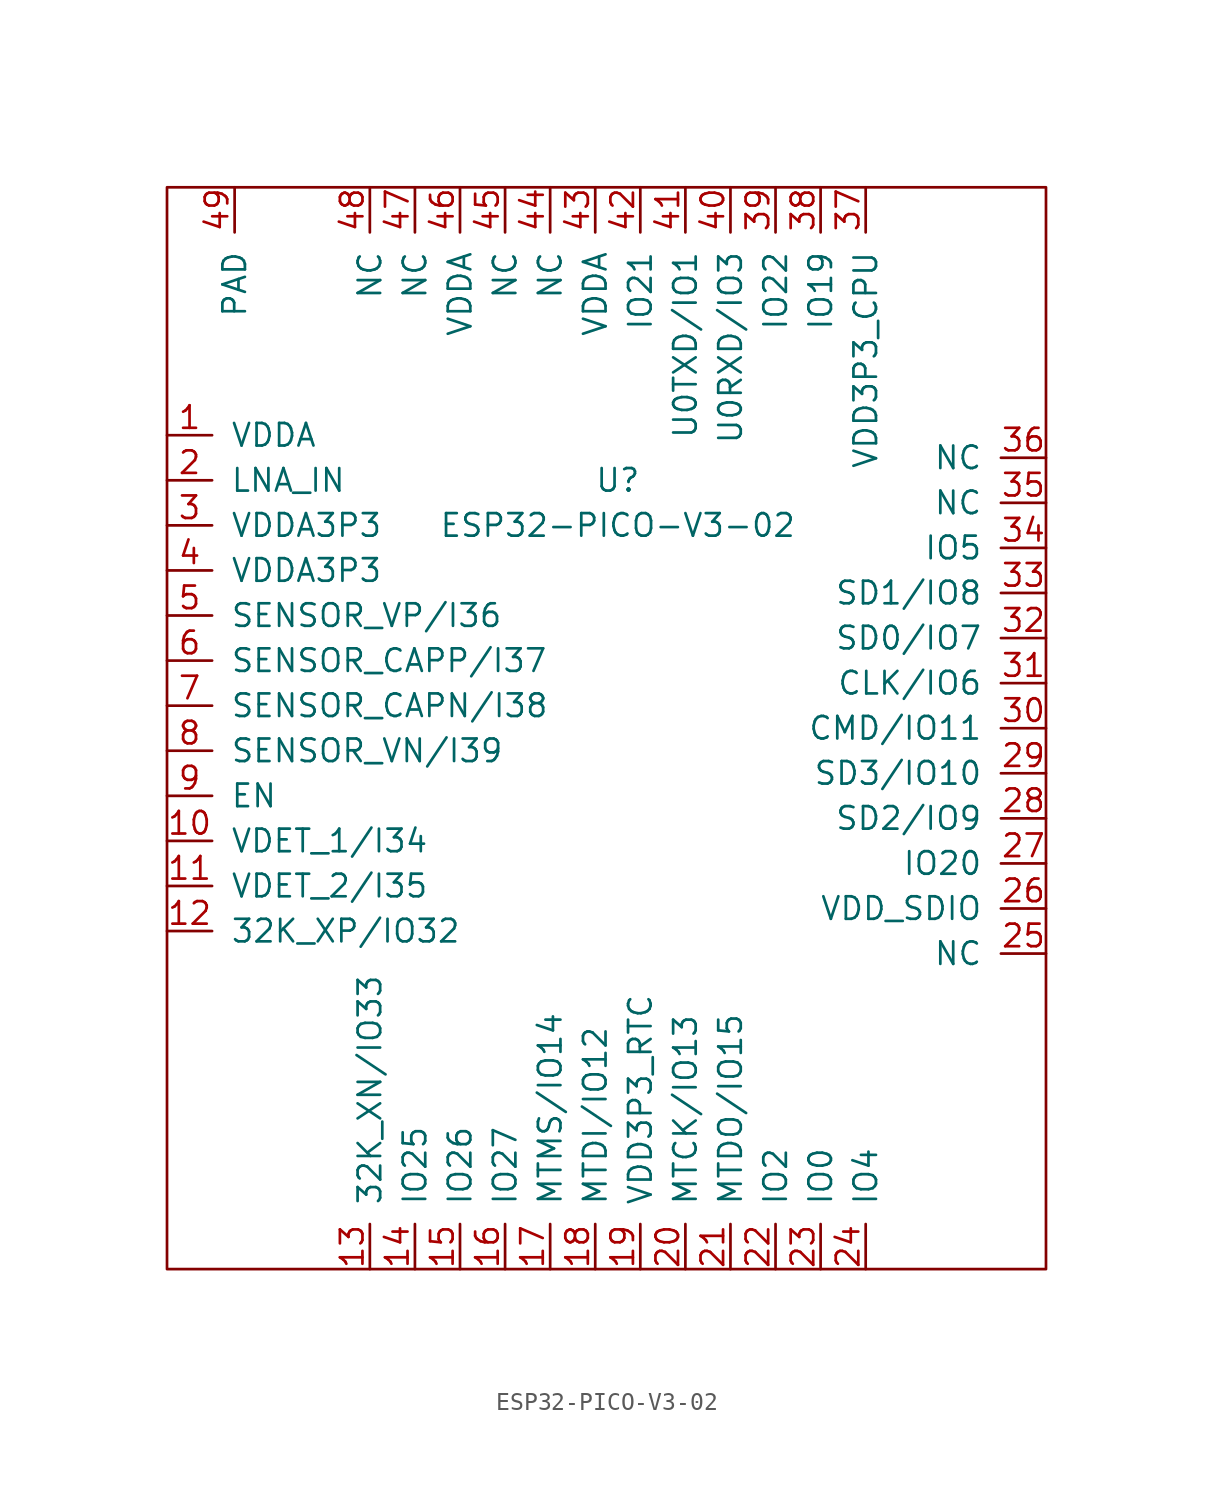
<source format=kicad_sym>
(kicad_symbol_lib
  (version 20211014)
  (generator kicad_symbol_editor)
  (symbol "ESP32-PICO-V3-02"
    (pin_names
      (offset 1.016))
    (property "Reference" "U"
      (at -1.27 0 0)
      (effects (font (size 1.27 1.27))))
    (property "Value" "ESP32-PICO-V3-02"
      (at -1.27 -2.54 0)
      (effects (font (size 1.27 1.27))))
    (symbol "ESP32-PICO-V3-02_0_1"
      (rectangle (start -26.67 16.51) (end 22.86 -44.45) (stroke (width 0) (type default) (color 0 0 0 0)) (fill (type none))))
    (symbol "ESP32-PICO-V3-02_1_1"
      (pin input line (at -26.67 2.54 0) (length 2.54) (name "VDDA" (effects (font (size 1.27 1.27)))) (number "1" (effects (font (size 1.27 1.27)))))
      (pin input line (at -26.67 -20.32 0) (length 2.54) (name "VDET_1/I34" (effects (font (size 1.27 1.27)))) (number "10" (effects (font (size 1.27 1.27)))))
      (pin input line (at -26.67 -22.86 0) (length 2.54) (name "VDET_2/I35" (effects (font (size 1.27 1.27)))) (number "11" (effects (font (size 1.27 1.27)))))
      (pin input line (at -26.67 -25.4 0) (length 2.54) (name "32K_XP/IO32" (effects (font (size 1.27 1.27)))) (number "12" (effects (font (size 1.27 1.27)))))
      (pin input line (at -15.24 -44.45 90) (length 2.54) (name "32K_XN/IO33" (effects (font (size 1.27 1.27)))) (number "13" (effects (font (size 1.27 1.27)))))
      (pin input line (at -12.7 -44.45 90) (length 2.54) (name "IO25" (effects (font (size 1.27 1.27)))) (number "14" (effects (font (size 1.27 1.27)))))
      (pin input line (at -10.16 -44.45 90) (length 2.54) (name "IO26" (effects (font (size 1.27 1.27)))) (number "15" (effects (font (size 1.27 1.27)))))
      (pin input line (at -7.62 -44.45 90) (length 2.54) (name "IO27" (effects (font (size 1.27 1.27)))) (number "16" (effects (font (size 1.27 1.27)))))
      (pin input line (at -5.08 -44.45 90) (length 2.54) (name "MTMS/IO14" (effects (font (size 1.27 1.27)))) (number "17" (effects (font (size 1.27 1.27)))))
      (pin input line (at -2.54 -44.45 90) (length 2.54) (name "MTDI/IO12" (effects (font (size 1.27 1.27)))) (number "18" (effects (font (size 1.27 1.27)))))
      (pin input line (at 0 -44.45 90) (length 2.54) (name "VDD3P3_RTC" (effects (font (size 1.27 1.27)))) (number "19" (effects (font (size 1.27 1.27)))))
      (pin input line (at -26.67 0 0) (length 2.54) (name "LNA_IN" (effects (font (size 1.27 1.27)))) (number "2" (effects (font (size 1.27 1.27)))))
      (pin input line (at 2.54 -44.45 90) (length 2.54) (name "MTCK/IO13" (effects (font (size 1.27 1.27)))) (number "20" (effects (font (size 1.27 1.27)))))
      (pin input line (at 5.08 -44.45 90) (length 2.54) (name "MTDO/IO15" (effects (font (size 1.27 1.27)))) (number "21" (effects (font (size 1.27 1.27)))))
      (pin input line (at 7.62 -44.45 90) (length 2.54) (name "IO2" (effects (font (size 1.27 1.27)))) (number "22" (effects (font (size 1.27 1.27)))))
      (pin input line (at 10.16 -44.45 90) (length 2.54) (name "IO0" (effects (font (size 1.27 1.27)))) (number "23" (effects (font (size 1.27 1.27)))))
      (pin input line (at 12.7 -44.45 90) (length 2.54) (name "IO4" (effects (font (size 1.27 1.27)))) (number "24" (effects (font (size 1.27 1.27)))))
      (pin input line (at 22.86 -26.67 180) (length 2.54) (name "NC" (effects (font (size 1.27 1.27)))) (number "25" (effects (font (size 1.27 1.27)))))
      (pin input line (at 22.86 -24.13 180) (length 2.54) (name "VDD_SDIO" (effects (font (size 1.27 1.27)))) (number "26" (effects (font (size 1.27 1.27)))))
      (pin input line (at 22.86 -21.59 180) (length 2.54) (name "IO20" (effects (font (size 1.27 1.27)))) (number "27" (effects (font (size 1.27 1.27)))))
      (pin input line (at 22.86 -19.05 180) (length 2.54) (name "SD2/IO9" (effects (font (size 1.27 1.27)))) (number "28" (effects (font (size 1.27 1.27)))))
      (pin input line (at 22.86 -16.51 180) (length 2.54) (name "SD3/IO10" (effects (font (size 1.27 1.27)))) (number "29" (effects (font (size 1.27 1.27)))))
      (pin input line (at -26.67 -2.54 0) (length 2.54) (name "VDDA3P3" (effects (font (size 1.27 1.27)))) (number "3" (effects (font (size 1.27 1.27)))))
      (pin input line (at 22.86 -13.97 180) (length 2.54) (name "CMD/IO11" (effects (font (size 1.27 1.27)))) (number "30" (effects (font (size 1.27 1.27)))))
      (pin input line (at 22.86 -11.43 180) (length 2.54) (name "CLK/IO6" (effects (font (size 1.27 1.27)))) (number "31" (effects (font (size 1.27 1.27)))))
      (pin input line (at 22.86 -8.89 180) (length 2.54) (name "SD0/IO7" (effects (font (size 1.27 1.27)))) (number "32" (effects (font (size 1.27 1.27)))))
      (pin input line (at 22.86 -6.35 180) (length 2.54) (name "SD1/IO8" (effects (font (size 1.27 1.27)))) (number "33" (effects (font (size 1.27 1.27)))))
      (pin input line (at 22.86 -3.81 180) (length 2.54) (name "IO5" (effects (font (size 1.27 1.27)))) (number "34" (effects (font (size 1.27 1.27)))))
      (pin input line (at 22.86 -1.27 180) (length 2.54) (name "NC" (effects (font (size 1.27 1.27)))) (number "35" (effects (font (size 1.27 1.27)))))
      (pin input line (at 22.86 1.27 180) (length 2.54) (name "NC" (effects (font (size 1.27 1.27)))) (number "36" (effects (font (size 1.27 1.27)))))
      (pin input line (at 12.7 16.51 270) (length 2.54) (name "VDD3P3_CPU" (effects (font (size 1.27 1.27)))) (number "37" (effects (font (size 1.27 1.27)))))
      (pin input line (at 10.16 16.51 270) (length 2.54) (name "IO19" (effects (font (size 1.27 1.27)))) (number "38" (effects (font (size 1.27 1.27)))))
      (pin input line (at 7.62 16.51 270) (length 2.54) (name "IO22" (effects (font (size 1.27 1.27)))) (number "39" (effects (font (size 1.27 1.27)))))
      (pin input line (at -26.67 -5.08 0) (length 2.54) (name "VDDA3P3" (effects (font (size 1.27 1.27)))) (number "4" (effects (font (size 1.27 1.27)))))
      (pin input line (at 5.08 16.51 270) (length 2.54) (name "U0RXD/IO3" (effects (font (size 1.27 1.27)))) (number "40" (effects (font (size 1.27 1.27)))))
      (pin input line (at 2.54 16.51 270) (length 2.54) (name "U0TXD/IO1" (effects (font (size 1.27 1.27)))) (number "41" (effects (font (size 1.27 1.27)))))
      (pin input line (at 0 16.51 270) (length 2.54) (name "IO21" (effects (font (size 1.27 1.27)))) (number "42" (effects (font (size 1.27 1.27)))))
      (pin input line (at -2.54 16.51 270) (length 2.54) (name "VDDA" (effects (font (size 1.27 1.27)))) (number "43" (effects (font (size 1.27 1.27)))))
      (pin input line (at -5.08 16.51 270) (length 2.54) (name "NC" (effects (font (size 1.27 1.27)))) (number "44" (effects (font (size 1.27 1.27)))))
      (pin input line (at -7.62 16.51 270) (length 2.54) (name "NC" (effects (font (size 1.27 1.27)))) (number "45" (effects (font (size 1.27 1.27)))))
      (pin input line (at -10.16 16.51 270) (length 2.54) (name "VDDA" (effects (font (size 1.27 1.27)))) (number "46" (effects (font (size 1.27 1.27)))))
      (pin input line (at -12.7 16.51 270) (length 2.54) (name "NC" (effects (font (size 1.27 1.27)))) (number "47" (effects (font (size 1.27 1.27)))))
      (pin input line (at -15.24 16.51 270) (length 2.54) (name "NC" (effects (font (size 1.27 1.27)))) (number "48" (effects (font (size 1.27 1.27)))))
      (pin input line (at -22.86 16.51 270) (length 2.54) (name "PAD" (effects (font (size 1.27 1.27)))) (number "49" (effects (font (size 1.27 1.27)))))
      (pin input line (at -26.67 -7.62 0) (length 2.54) (name "SENSOR_VP/I36" (effects (font (size 1.27 1.27)))) (number "5" (effects (font (size 1.27 1.27)))))
      (pin input line (at -26.67 -10.16 0) (length 2.54) (name "SENSOR_CAPP/I37" (effects (font (size 1.27 1.27)))) (number "6" (effects (font (size 1.27 1.27)))))
      (pin input line (at -26.67 -12.7 0) (length 2.54) (name "SENSOR_CAPN/I38" (effects (font (size 1.27 1.27)))) (number "7" (effects (font (size 1.27 1.27)))))
      (pin input line (at -26.67 -15.24 0) (length 2.54) (name "SENSOR_VN/I39" (effects (font (size 1.27 1.27)))) (number "8" (effects (font (size 1.27 1.27)))))
      (pin input line (at -26.67 -17.78 0) (length 2.54) (name "EN" (effects (font (size 1.27 1.27)))) (number "9" (effects (font (size 1.27 1.27))))))))
</source>
